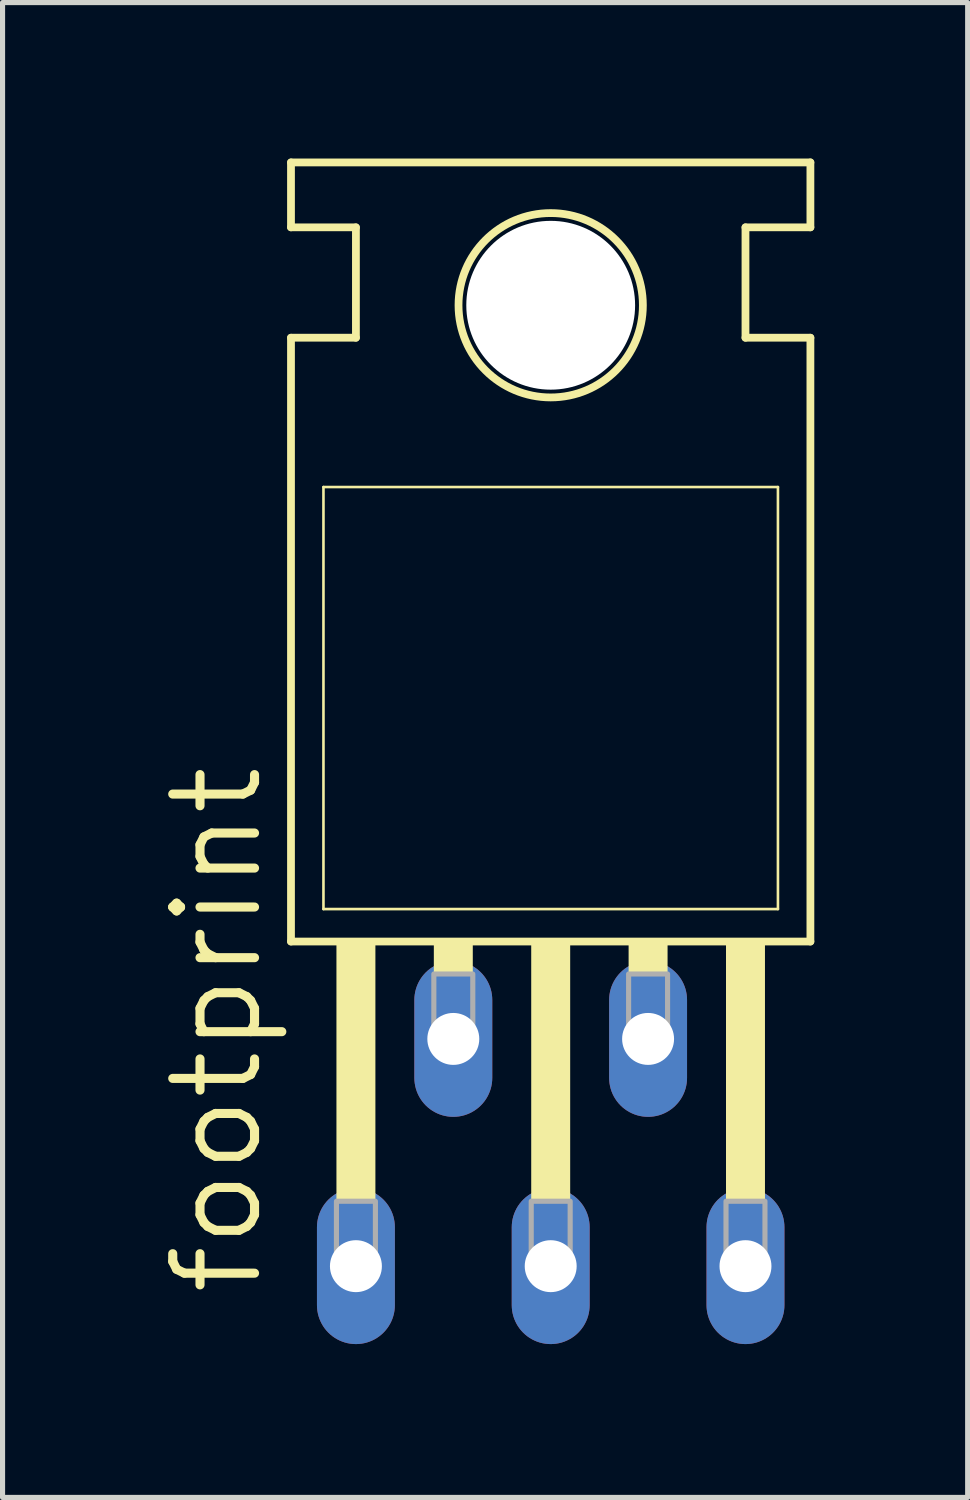
<source format=kicad_pcb>
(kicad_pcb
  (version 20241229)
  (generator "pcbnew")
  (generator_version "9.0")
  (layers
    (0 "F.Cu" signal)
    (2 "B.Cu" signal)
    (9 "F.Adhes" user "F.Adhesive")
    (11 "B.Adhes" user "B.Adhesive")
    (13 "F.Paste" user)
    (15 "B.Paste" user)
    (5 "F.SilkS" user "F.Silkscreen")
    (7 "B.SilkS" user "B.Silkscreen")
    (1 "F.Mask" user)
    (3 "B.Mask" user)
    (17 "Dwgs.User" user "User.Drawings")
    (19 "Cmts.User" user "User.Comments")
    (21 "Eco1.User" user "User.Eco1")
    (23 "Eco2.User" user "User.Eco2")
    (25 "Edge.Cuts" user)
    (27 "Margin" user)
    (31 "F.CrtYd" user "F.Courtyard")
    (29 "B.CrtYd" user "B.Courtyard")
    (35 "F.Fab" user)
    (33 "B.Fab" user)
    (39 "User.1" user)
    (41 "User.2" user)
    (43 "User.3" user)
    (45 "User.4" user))
  (footprint "footprint"
    (layer "F.Cu")
    (at 7.722 10.287)
    (property "Reference" "footprint" (at -5.588 12.065 90) (layer "F.SilkS") (effects (font (size 1.6 1.6) (thickness 0.178)) (justify left bottom)))
    (fp_line (start -5.08 -8.89) (end -5.08 -10.16) (stroke (width 0.152) (type solid)) (layer "F.SilkS"))
    (fp_line (start -5.08 -6.731) (end -3.81 -6.731) (stroke (width 0.152) (type solid)) (layer "F.SilkS"))
    (fp_line (start -5.08 5.08) (end -5.08 -6.731) (stroke (width 0.152) (type solid)) (layer "F.SilkS"))
    (fp_line (start -5.08 5.08) (end 5.08 5.08) (stroke (width 0.152) (type solid)) (layer "F.SilkS"))
    (fp_line (start -4.445 -3.81) (end 4.445 -3.81) (stroke (width 0.051) (type solid)) (layer "F.SilkS"))
    (fp_line (start -4.445 4.445) (end -4.445 -3.81) (stroke (width 0.051) (type solid)) (layer "F.SilkS"))
    (fp_line (start -3.81 -8.89) (end -5.08 -8.89) (stroke (width 0.152) (type solid)) (layer "F.SilkS"))
    (fp_line (start -3.81 -6.731) (end -3.81 -8.89) (stroke (width 0.152) (type solid)) (layer "F.SilkS"))
    (fp_line (start 3.81 -8.89) (end 5.08 -8.89) (stroke (width 0.152) (type solid)) (layer "F.SilkS"))
    (fp_line (start 3.81 -6.731) (end 3.81 -8.89) (stroke (width 0.152) (type solid)) (layer "F.SilkS"))
    (fp_line (start 4.445 -3.81) (end 4.445 4.445) (stroke (width 0.051) (type solid)) (layer "F.SilkS"))
    (fp_line (start 4.445 4.445) (end -4.445 4.445) (stroke (width 0.051) (type solid)) (layer "F.SilkS"))
    (fp_line (start 5.08 -10.16) (end -5.08 -10.16) (stroke (width 0.152) (type solid)) (layer "F.SilkS"))
    (fp_line (start 5.08 -8.89) (end 5.08 -10.16) (stroke (width 0.152) (type solid)) (layer "F.SilkS"))
    (fp_line (start 5.08 -6.731) (end 3.81 -6.731) (stroke (width 0.152) (type solid)) (layer "F.SilkS"))
    (fp_line (start 5.08 5.08) (end 5.08 -6.731) (stroke (width 0.152) (type solid)) (layer "F.SilkS"))
    (fp_circle (center 0 -7.366) (end 1.803 -7.366) (stroke (width 0.152) (type solid)) (fill no) (layer "F.SilkS"))
    (fp_poly (pts (xy -4.191 10.16) (xy -3.429 10.16) (xy -3.429 5.08) (xy -4.191 5.08)) (stroke (width 0) (type solid)) (fill yes) (layer "F.SilkS"))
    (fp_poly (pts (xy -2.286 5.715) (xy -1.524 5.715) (xy -1.524 5.08) (xy -2.286 5.08)) (stroke (width 0) (type solid)) (fill yes) (layer "F.SilkS"))
    (fp_poly (pts (xy -0.381 10.16) (xy 0.381 10.16) (xy 0.381 5.08) (xy -0.381 5.08)) (stroke (width 0) (type solid)) (fill yes) (layer "F.SilkS"))
    (fp_poly (pts (xy 1.524 5.715) (xy 2.286 5.715) (xy 2.286 5.08) (xy 1.524 5.08)) (stroke (width 0) (type solid)) (fill yes) (layer "F.SilkS"))
    (fp_poly (pts (xy 3.429 10.16) (xy 4.191 10.16) (xy 4.191 5.08) (xy 3.429 5.08)) (stroke (width 0) (type solid)) (fill yes) (layer "F.SilkS"))
    (fp_poly (pts (xy -4.191 11.303) (xy -3.429 11.303) (xy -3.429 10.16) (xy -4.191 10.16)) (stroke (width 0.1) (type solid)) (fill no) (layer "F.Fab"))
    (fp_poly (pts (xy -2.286 6.858) (xy -1.524 6.858) (xy -1.524 5.715) (xy -2.286 5.715)) (stroke (width 0.1) (type solid)) (fill no) (layer "F.Fab"))
    (fp_poly (pts (xy -0.381 11.303) (xy 0.381 11.303) (xy 0.381 10.16) (xy -0.381 10.16)) (stroke (width 0.1) (type solid)) (fill no) (layer "F.Fab"))
    (fp_poly (pts (xy 1.524 6.858) (xy 2.286 6.858) (xy 2.286 5.715) (xy 1.524 5.715)) (stroke (width 0.1) (type solid)) (fill no) (layer "F.Fab"))
    (fp_poly (pts (xy 3.429 11.303) (xy 4.191 11.303) (xy 4.191 10.16) (xy 3.429 10.16)) (stroke (width 0.1) (type solid)) (fill no) (layer "F.Fab"))
    (pad "" np_thru_hole circle (at 0 -7.366) (size 3.302 3.302) (drill 3.302) (layers "*.Cu" "*.Mask"))
    (pad "1" thru_hole oval (at -3.81 11.43 90) (size 3.048 1.524) (drill 1.016) (layers "*.Cu" "*.Mask"))
    (pad "2" thru_hole oval (at -1.905 6.985 90) (size 3.048 1.524) (drill 1.016) (layers "*.Cu" "*.Mask"))
    (pad "3" thru_hole oval (at 0 11.43 90) (size 3.048 1.524) (drill 1.016) (layers "*.Cu" "*.Mask"))
    (pad "4" thru_hole oval (at 1.905 6.985 90) (size 3.048 1.524) (drill 1.016) (layers "*.Cu" "*.Mask"))
    (pad "5" thru_hole oval (at 3.81 11.43 90) (size 3.048 1.524) (drill 1.016) (layers "*.Cu" "*.Mask"))
    (zone (net_name "") (layers "F.Cu" "B.Cu") (hatch edge 0.508) (connect_pads) (min_thickness 0.254) (filled_areas_thickness no) (keepout (tracks allowed) (vias not_allowed) (pads allowed) (copperpour allowed) (footprints allowed)) (placement (enabled no)) (fill) (polygon (pts (xy 10.643 2.921) (xy 10.598 2.414) (xy 10.466 1.922) (xy 10.251 1.46) (xy 9.959 1.043) (xy 9.599 0.683) (xy 9.182 0.391) (xy 8.721 0.176) (xy 8.229 0.044) (xy 7.722 0) (xy 7.214 0.044) (xy 6.723 0.176) (xy 6.261 0.391) (xy 5.844 0.683) (xy 5.484 1.043) (xy 5.192 1.46) (xy 4.977 1.922) (xy 4.845 2.414) (xy 4.801 2.921) (xy 4.845 3.428) (xy 4.977 3.92) (xy 5.192 4.381) (xy 5.484 4.799) (xy 5.844 5.159) (xy 6.261 5.451) (xy 6.723 5.666) (xy 7.214 5.798) (xy 7.722 5.842) (xy 8.229 5.798) (xy 8.721 5.666) (xy 9.182 5.451) (xy 9.599 5.159) (xy 9.959 4.799) (xy 10.251 4.381) (xy 10.466 3.92) (xy 10.598 3.428))))
    (zone (net_name "") (layer "B.Cu") (hatch edge 0.508) (connect_pads) (min_thickness 0.254) (filled_areas_thickness no) (keepout (tracks not_allowed) (vias not_allowed) (pads not_allowed) (copperpour not_allowed) (footprints allowed)) (placement (enabled no)) (fill) (polygon (pts (xy 10.643 2.921) (xy 10.598 2.414) (xy 10.466 1.922) (xy 10.251 1.46) (xy 9.959 1.043) (xy 9.599 0.683) (xy 9.182 0.391) (xy 8.721 0.176) (xy 8.229 0.044) (xy 7.722 0) (xy 7.214 0.044) (xy 6.723 0.176) (xy 6.261 0.391) (xy 5.844 0.683) (xy 5.484 1.043) (xy 5.192 1.46) (xy 4.977 1.922) (xy 4.845 2.414) (xy 4.801 2.921) (xy 4.845 3.428) (xy 4.977 3.92) (xy 5.192 4.381) (xy 5.484 4.799) (xy 5.844 5.159) (xy 6.261 5.451) (xy 6.723 5.666) (xy 7.214 5.798) (xy 7.722 5.842) (xy 8.229 5.798) (xy 8.721 5.666) (xy 9.182 5.451) (xy 9.599 5.159) (xy 9.959 4.799) (xy 10.251 4.381) (xy 10.466 3.92) (xy 10.598 3.428)))))
  (gr_rect
    (start -3 -3)
    (end 15.878 26.241)
    (stroke (width 0.1) (type default))
    (fill no)
    (layer "Edge.Cuts")))
</source>
